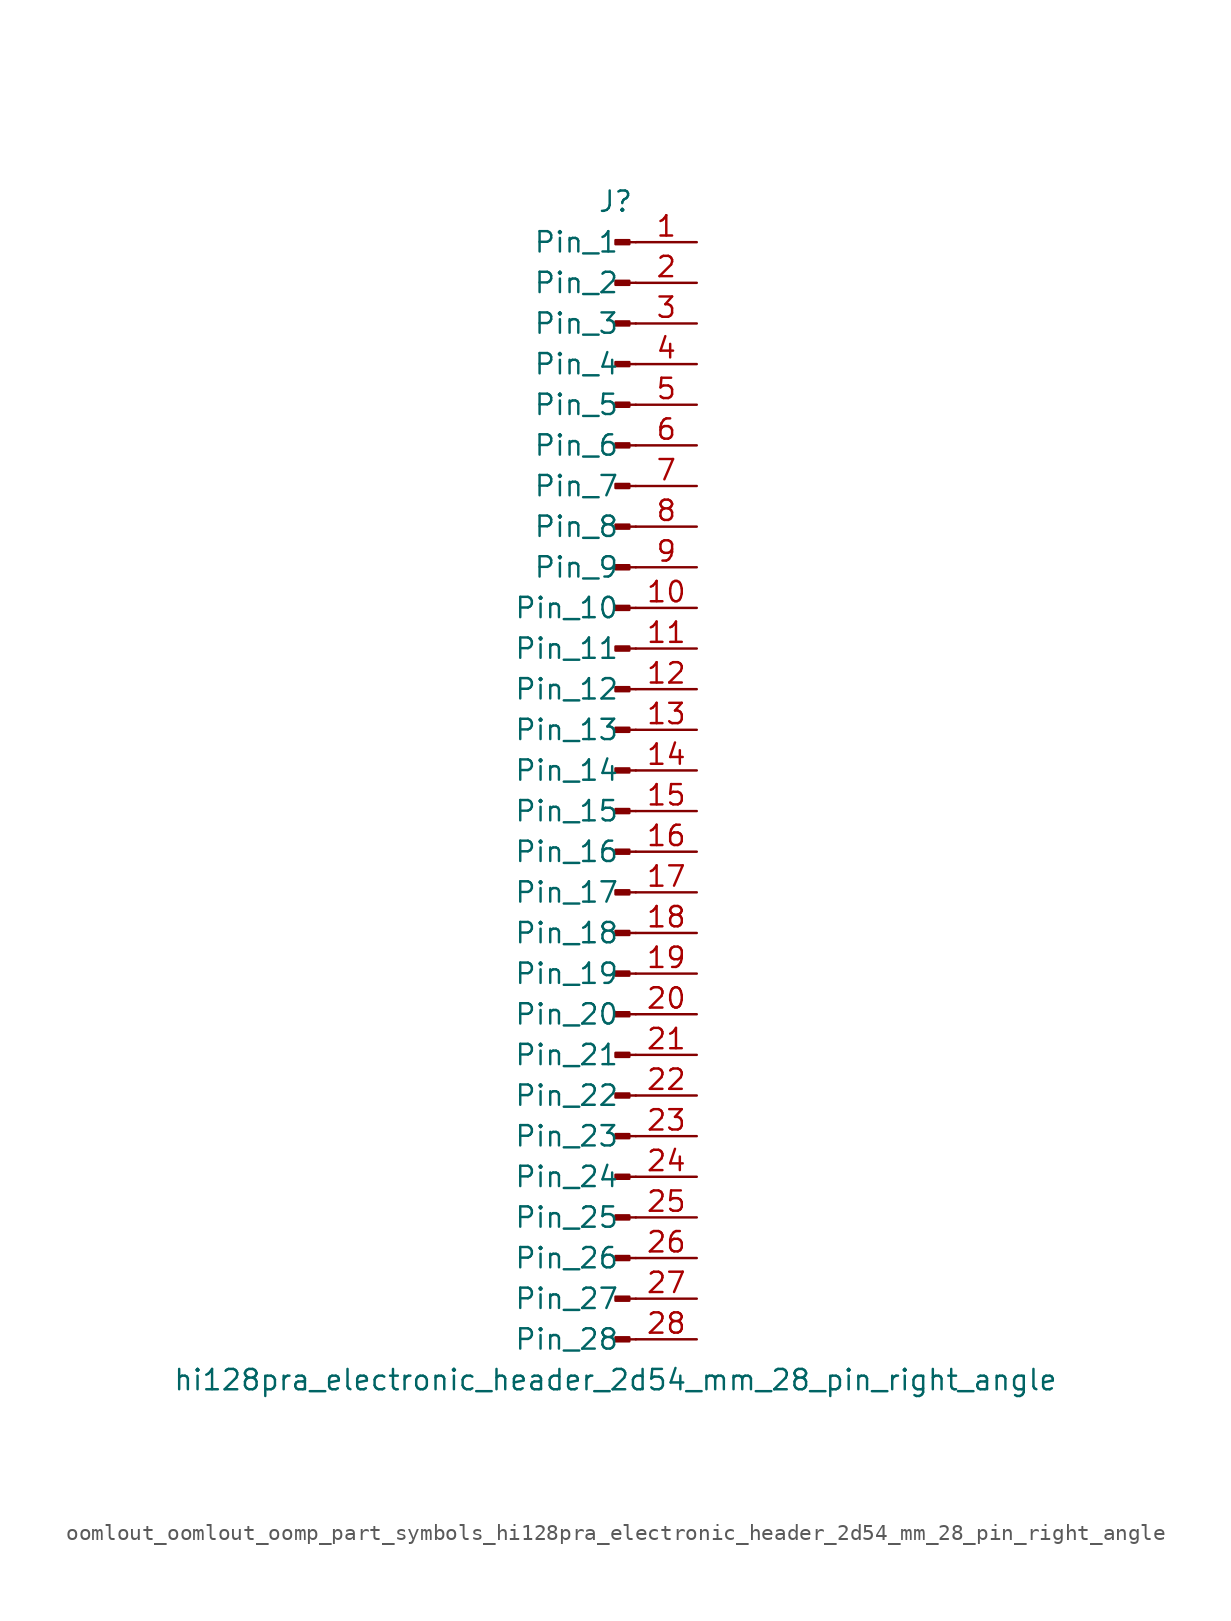
<source format=kicad_sym>
(kicad_symbol_lib
  (version 20220914)
  (generator kicad_symbol_editor)
  (symbol "oomlout_oomlout_oomp_part_symbols_hi128pra_electronic_header_2d54_mm_28_pin_right_angle"
    (pin_names
      (offset 1.016))
    (property "Reference" "J"
      (at 0 35.56 0)
      (effects (font (size 1.27 1.27))))
    (property "Value" "hi128pra_electronic_header_2d54_mm_28_pin_right_angle"
      (at 0 -38.1 0)
      (effects (font (size 1.27 1.27))))
    (property "ki_locked" ""
      (at 0 0 0)
      (effects (font (size 1.27 1.27))))
    (symbol "oomlout_oomlout_oomp_part_symbols_hi128pra_electronic_header_2d54_mm_28_pin_right_angle_1_1"
      (polyline (pts (xy 1.27 -35.56) (xy 0.864 -35.56)) (stroke (width 0.152) (type default)) (fill (type none)))
      (polyline (pts (xy 1.27 -33.02) (xy 0.864 -33.02)) (stroke (width 0.152) (type default)) (fill (type none)))
      (polyline (pts (xy 1.27 -30.48) (xy 0.864 -30.48)) (stroke (width 0.152) (type default)) (fill (type none)))
      (polyline (pts (xy 1.27 -27.94) (xy 0.864 -27.94)) (stroke (width 0.152) (type default)) (fill (type none)))
      (polyline (pts (xy 1.27 -25.4) (xy 0.864 -25.4)) (stroke (width 0.152) (type default)) (fill (type none)))
      (polyline (pts (xy 1.27 -22.86) (xy 0.864 -22.86)) (stroke (width 0.152) (type default)) (fill (type none)))
      (polyline (pts (xy 1.27 -20.32) (xy 0.864 -20.32)) (stroke (width 0.152) (type default)) (fill (type none)))
      (polyline (pts (xy 1.27 -17.78) (xy 0.864 -17.78)) (stroke (width 0.152) (type default)) (fill (type none)))
      (polyline (pts (xy 1.27 -15.24) (xy 0.864 -15.24)) (stroke (width 0.152) (type default)) (fill (type none)))
      (polyline (pts (xy 1.27 -12.7) (xy 0.864 -12.7)) (stroke (width 0.152) (type default)) (fill (type none)))
      (polyline (pts (xy 1.27 -10.16) (xy 0.864 -10.16)) (stroke (width 0.152) (type default)) (fill (type none)))
      (polyline (pts (xy 1.27 -7.62) (xy 0.864 -7.62)) (stroke (width 0.152) (type default)) (fill (type none)))
      (polyline (pts (xy 1.27 -5.08) (xy 0.864 -5.08)) (stroke (width 0.152) (type default)) (fill (type none)))
      (polyline (pts (xy 1.27 -2.54) (xy 0.864 -2.54)) (stroke (width 0.152) (type default)) (fill (type none)))
      (polyline (pts (xy 1.27 0) (xy 0.864 0)) (stroke (width 0.152) (type default)) (fill (type none)))
      (polyline (pts (xy 1.27 2.54) (xy 0.864 2.54)) (stroke (width 0.152) (type default)) (fill (type none)))
      (polyline (pts (xy 1.27 5.08) (xy 0.864 5.08)) (stroke (width 0.152) (type default)) (fill (type none)))
      (polyline (pts (xy 1.27 7.62) (xy 0.864 7.62)) (stroke (width 0.152) (type default)) (fill (type none)))
      (polyline (pts (xy 1.27 10.16) (xy 0.864 10.16)) (stroke (width 0.152) (type default)) (fill (type none)))
      (polyline (pts (xy 1.27 12.7) (xy 0.864 12.7)) (stroke (width 0.152) (type default)) (fill (type none)))
      (polyline (pts (xy 1.27 15.24) (xy 0.864 15.24)) (stroke (width 0.152) (type default)) (fill (type none)))
      (polyline (pts (xy 1.27 17.78) (xy 0.864 17.78)) (stroke (width 0.152) (type default)) (fill (type none)))
      (polyline (pts (xy 1.27 20.32) (xy 0.864 20.32)) (stroke (width 0.152) (type default)) (fill (type none)))
      (polyline (pts (xy 1.27 22.86) (xy 0.864 22.86)) (stroke (width 0.152) (type default)) (fill (type none)))
      (polyline (pts (xy 1.27 25.4) (xy 0.864 25.4)) (stroke (width 0.152) (type default)) (fill (type none)))
      (polyline (pts (xy 1.27 27.94) (xy 0.864 27.94)) (stroke (width 0.152) (type default)) (fill (type none)))
      (polyline (pts (xy 1.27 30.48) (xy 0.864 30.48)) (stroke (width 0.152) (type default)) (fill (type none)))
      (polyline (pts (xy 1.27 33.02) (xy 0.864 33.02)) (stroke (width 0.152) (type default)) (fill (type none)))
      (rectangle (start 0.864 -35.433) (end 0 -35.687) (stroke (width 0.152) (type default)) (fill (type outline)))
      (rectangle (start 0.864 -32.893) (end 0 -33.147) (stroke (width 0.152) (type default)) (fill (type outline)))
      (rectangle (start 0.864 -30.353) (end 0 -30.607) (stroke (width 0.152) (type default)) (fill (type outline)))
      (rectangle (start 0.864 -27.813) (end 0 -28.067) (stroke (width 0.152) (type default)) (fill (type outline)))
      (rectangle (start 0.864 -25.273) (end 0 -25.527) (stroke (width 0.152) (type default)) (fill (type outline)))
      (rectangle (start 0.864 -22.733) (end 0 -22.987) (stroke (width 0.152) (type default)) (fill (type outline)))
      (rectangle (start 0.864 -20.193) (end 0 -20.447) (stroke (width 0.152) (type default)) (fill (type outline)))
      (rectangle (start 0.864 -17.653) (end 0 -17.907) (stroke (width 0.152) (type default)) (fill (type outline)))
      (rectangle (start 0.864 -15.113) (end 0 -15.367) (stroke (width 0.152) (type default)) (fill (type outline)))
      (rectangle (start 0.864 -12.573) (end 0 -12.827) (stroke (width 0.152) (type default)) (fill (type outline)))
      (rectangle (start 0.864 -10.033) (end 0 -10.287) (stroke (width 0.152) (type default)) (fill (type outline)))
      (rectangle (start 0.864 -7.493) (end 0 -7.747) (stroke (width 0.152) (type default)) (fill (type outline)))
      (rectangle (start 0.864 -4.953) (end 0 -5.207) (stroke (width 0.152) (type default)) (fill (type outline)))
      (rectangle (start 0.864 -2.413) (end 0 -2.667) (stroke (width 0.152) (type default)) (fill (type outline)))
      (rectangle (start 0.864 0.127) (end 0 -0.127) (stroke (width 0.152) (type default)) (fill (type outline)))
      (rectangle (start 0.864 2.667) (end 0 2.413) (stroke (width 0.152) (type default)) (fill (type outline)))
      (rectangle (start 0.864 5.207) (end 0 4.953) (stroke (width 0.152) (type default)) (fill (type outline)))
      (rectangle (start 0.864 7.747) (end 0 7.493) (stroke (width 0.152) (type default)) (fill (type outline)))
      (rectangle (start 0.864 10.287) (end 0 10.033) (stroke (width 0.152) (type default)) (fill (type outline)))
      (rectangle (start 0.864 12.827) (end 0 12.573) (stroke (width 0.152) (type default)) (fill (type outline)))
      (rectangle (start 0.864 15.367) (end 0 15.113) (stroke (width 0.152) (type default)) (fill (type outline)))
      (rectangle (start 0.864 17.907) (end 0 17.653) (stroke (width 0.152) (type default)) (fill (type outline)))
      (rectangle (start 0.864 20.447) (end 0 20.193) (stroke (width 0.152) (type default)) (fill (type outline)))
      (rectangle (start 0.864 22.987) (end 0 22.733) (stroke (width 0.152) (type default)) (fill (type outline)))
      (rectangle (start 0.864 25.527) (end 0 25.273) (stroke (width 0.152) (type default)) (fill (type outline)))
      (rectangle (start 0.864 28.067) (end 0 27.813) (stroke (width 0.152) (type default)) (fill (type outline)))
      (rectangle (start 0.864 30.607) (end 0 30.353) (stroke (width 0.152) (type default)) (fill (type outline)))
      (rectangle (start 0.864 33.147) (end 0 32.893) (stroke (width 0.152) (type default)) (fill (type outline)))
      (pin passive line (at 5.08 33.02 180) (length 3.81) (name "Pin_1" (effects (font (size 1.27 1.27)))) (number "1" (effects (font (size 1.27 1.27)))))
      (pin passive line (at 5.08 10.16 180) (length 3.81) (name "Pin_10" (effects (font (size 1.27 1.27)))) (number "10" (effects (font (size 1.27 1.27)))))
      (pin passive line (at 5.08 7.62 180) (length 3.81) (name "Pin_11" (effects (font (size 1.27 1.27)))) (number "11" (effects (font (size 1.27 1.27)))))
      (pin passive line (at 5.08 5.08 180) (length 3.81) (name "Pin_12" (effects (font (size 1.27 1.27)))) (number "12" (effects (font (size 1.27 1.27)))))
      (pin passive line (at 5.08 2.54 180) (length 3.81) (name "Pin_13" (effects (font (size 1.27 1.27)))) (number "13" (effects (font (size 1.27 1.27)))))
      (pin passive line (at 5.08 0 180) (length 3.81) (name "Pin_14" (effects (font (size 1.27 1.27)))) (number "14" (effects (font (size 1.27 1.27)))))
      (pin passive line (at 5.08 -2.54 180) (length 3.81) (name "Pin_15" (effects (font (size 1.27 1.27)))) (number "15" (effects (font (size 1.27 1.27)))))
      (pin passive line (at 5.08 -5.08 180) (length 3.81) (name "Pin_16" (effects (font (size 1.27 1.27)))) (number "16" (effects (font (size 1.27 1.27)))))
      (pin passive line (at 5.08 -7.62 180) (length 3.81) (name "Pin_17" (effects (font (size 1.27 1.27)))) (number "17" (effects (font (size 1.27 1.27)))))
      (pin passive line (at 5.08 -10.16 180) (length 3.81) (name "Pin_18" (effects (font (size 1.27 1.27)))) (number "18" (effects (font (size 1.27 1.27)))))
      (pin passive line (at 5.08 -12.7 180) (length 3.81) (name "Pin_19" (effects (font (size 1.27 1.27)))) (number "19" (effects (font (size 1.27 1.27)))))
      (pin passive line (at 5.08 30.48 180) (length 3.81) (name "Pin_2" (effects (font (size 1.27 1.27)))) (number "2" (effects (font (size 1.27 1.27)))))
      (pin passive line (at 5.08 -15.24 180) (length 3.81) (name "Pin_20" (effects (font (size 1.27 1.27)))) (number "20" (effects (font (size 1.27 1.27)))))
      (pin passive line (at 5.08 -17.78 180) (length 3.81) (name "Pin_21" (effects (font (size 1.27 1.27)))) (number "21" (effects (font (size 1.27 1.27)))))
      (pin passive line (at 5.08 -20.32 180) (length 3.81) (name "Pin_22" (effects (font (size 1.27 1.27)))) (number "22" (effects (font (size 1.27 1.27)))))
      (pin passive line (at 5.08 -22.86 180) (length 3.81) (name "Pin_23" (effects (font (size 1.27 1.27)))) (number "23" (effects (font (size 1.27 1.27)))))
      (pin passive line (at 5.08 -25.4 180) (length 3.81) (name "Pin_24" (effects (font (size 1.27 1.27)))) (number "24" (effects (font (size 1.27 1.27)))))
      (pin passive line (at 5.08 -27.94 180) (length 3.81) (name "Pin_25" (effects (font (size 1.27 1.27)))) (number "25" (effects (font (size 1.27 1.27)))))
      (pin passive line (at 5.08 -30.48 180) (length 3.81) (name "Pin_26" (effects (font (size 1.27 1.27)))) (number "26" (effects (font (size 1.27 1.27)))))
      (pin passive line (at 5.08 -33.02 180) (length 3.81) (name "Pin_27" (effects (font (size 1.27 1.27)))) (number "27" (effects (font (size 1.27 1.27)))))
      (pin passive line (at 5.08 -35.56 180) (length 3.81) (name "Pin_28" (effects (font (size 1.27 1.27)))) (number "28" (effects (font (size 1.27 1.27)))))
      (pin passive line (at 5.08 27.94 180) (length 3.81) (name "Pin_3" (effects (font (size 1.27 1.27)))) (number "3" (effects (font (size 1.27 1.27)))))
      (pin passive line (at 5.08 25.4 180) (length 3.81) (name "Pin_4" (effects (font (size 1.27 1.27)))) (number "4" (effects (font (size 1.27 1.27)))))
      (pin passive line (at 5.08 22.86 180) (length 3.81) (name "Pin_5" (effects (font (size 1.27 1.27)))) (number "5" (effects (font (size 1.27 1.27)))))
      (pin passive line (at 5.08 20.32 180) (length 3.81) (name "Pin_6" (effects (font (size 1.27 1.27)))) (number "6" (effects (font (size 1.27 1.27)))))
      (pin passive line (at 5.08 17.78 180) (length 3.81) (name "Pin_7" (effects (font (size 1.27 1.27)))) (number "7" (effects (font (size 1.27 1.27)))))
      (pin passive line (at 5.08 15.24 180) (length 3.81) (name "Pin_8" (effects (font (size 1.27 1.27)))) (number "8" (effects (font (size 1.27 1.27)))))
      (pin passive line (at 5.08 12.7 180) (length 3.81) (name "Pin_9" (effects (font (size 1.27 1.27)))) (number "9" (effects (font (size 1.27 1.27))))))))
</source>
